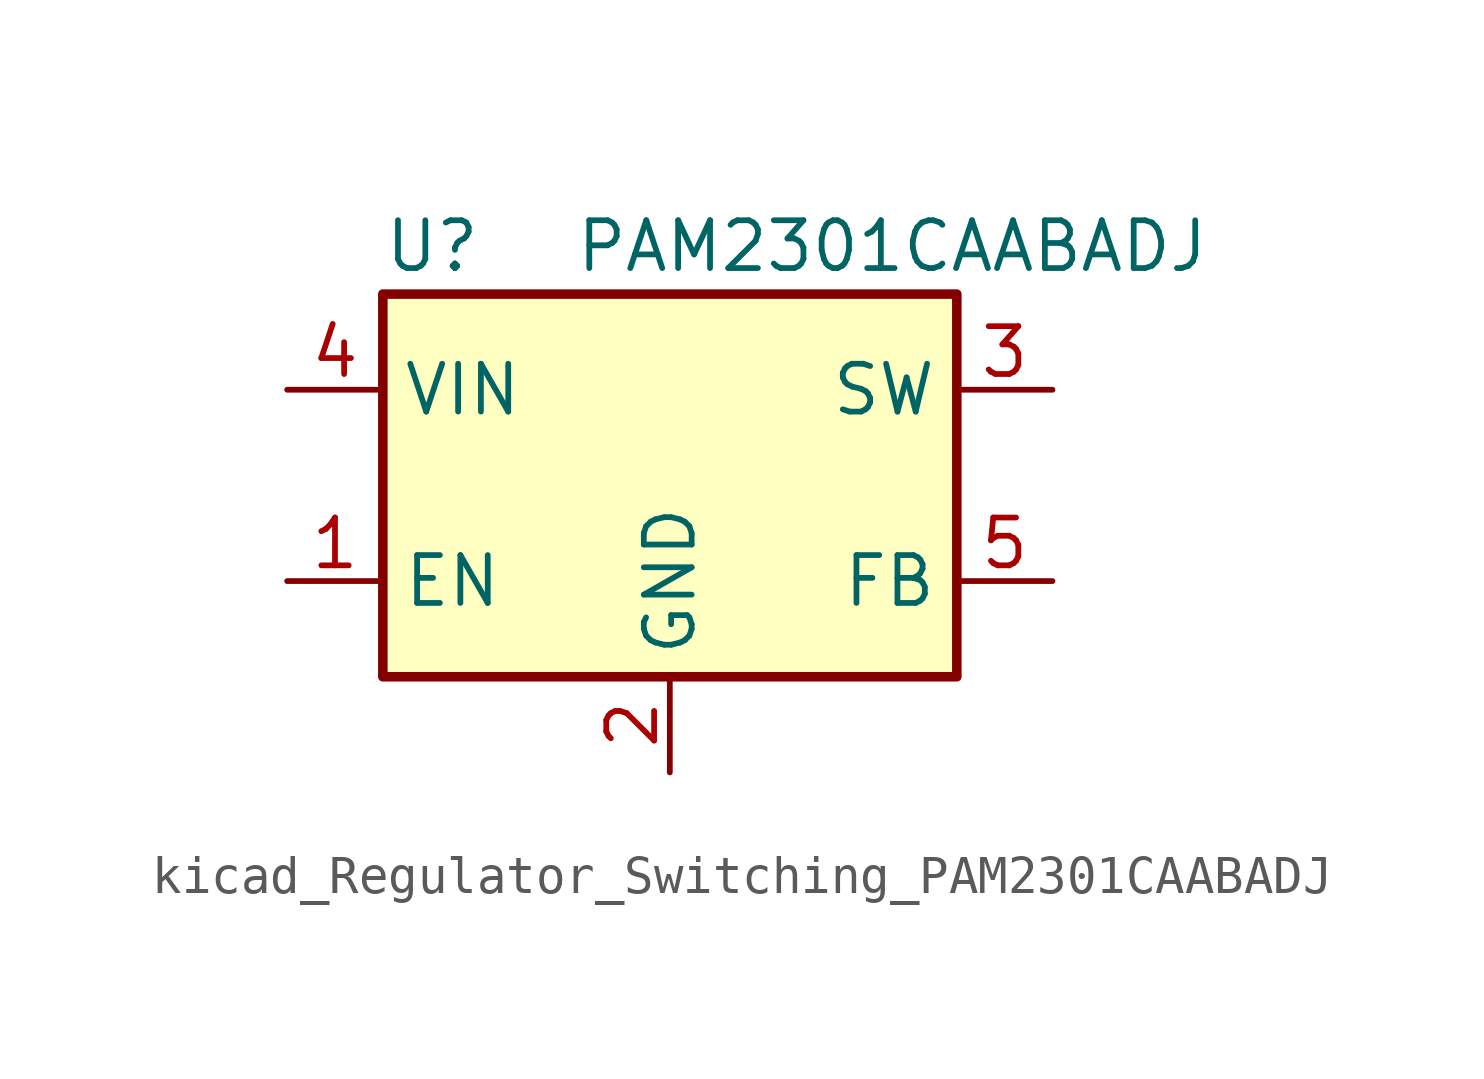
<source format=kicad_sym>
(kicad_symbol_lib
  (version 20220914)
  (generator kicad_symbol_editor)
  (symbol "kicad_Regulator_Switching_PAM2301CAABADJ"
    (property "Reference" "U"
      (at -7.62 6.35 0)
      (effects (font (size 1.27 1.27)) (justify left)))
    (property "Value" "PAM2301CAABADJ"
      (at -2.54 6.35 0)
      (effects (font (size 1.27 1.27)) (justify left)))
    (symbol "kicad_Regulator_Switching_PAM2301CAABADJ_0_1"
      (rectangle (start -7.62 5.08) (end 7.62 -5.08) (stroke (width 0.254) (type default)) (fill (type background))))
    (symbol "kicad_Regulator_Switching_PAM2301CAABADJ_1_1"
      (pin input line (at -10.16 -2.54 0) (length 2.54) (name "EN" (effects (font (size 1.27 1.27)))) (number "1" (effects (font (size 1.27 1.27)))))
      (pin power_in line (at 0 -7.62 90) (length 2.54) (name "GND" (effects (font (size 1.27 1.27)))) (number "2" (effects (font (size 1.27 1.27)))))
      (pin power_out line (at 10.16 2.54 180) (length 2.54) (name "SW" (effects (font (size 1.27 1.27)))) (number "3" (effects (font (size 1.27 1.27)))))
      (pin power_in line (at -10.16 2.54 0) (length 2.54) (name "VIN" (effects (font (size 1.27 1.27)))) (number "4" (effects (font (size 1.27 1.27)))))
      (pin input line (at 10.16 -2.54 180) (length 2.54) (name "FB" (effects (font (size 1.27 1.27)))) (number "5" (effects (font (size 1.27 1.27))))))))
</source>
